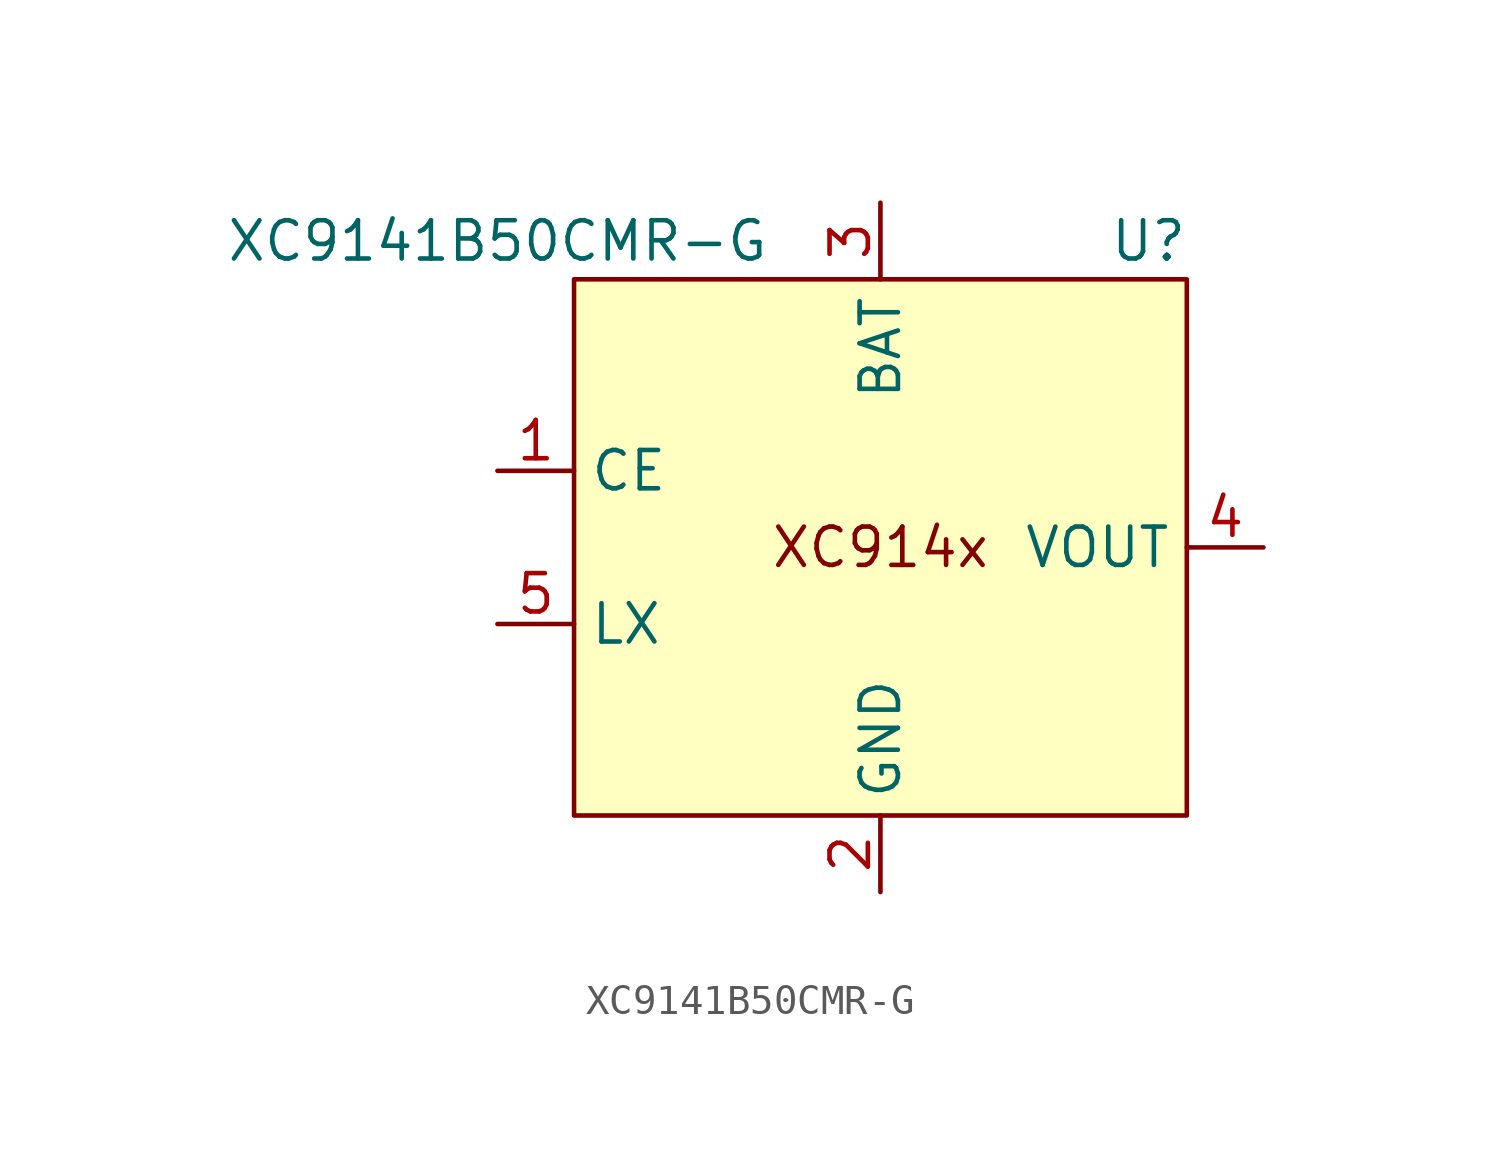
<source format=kicad_sym>
(kicad_symbol_lib
  (version 20211014)
  (generator kicad_symbol_editor)
  (symbol "XC9141B50CMR-G"
    (property "Reference" "U"
      (at 8.89 10.16 0)
      (effects (font (size 1.27 1.27))))
    (property "Value" "XC9141B50CMR-G"
      (at -12.7 10.16 0)
      (effects (font (size 1.27 1.27))))
    (symbol "XC9141B50CMR-G_0_0"
      (text "XC914x" (at 0 0 0) (effects (font (size 1.27 1.27))))
      (pin input line (at -12.7 2.54 0) (length 2.54) (name "CE" (effects (font (size 1.27 1.27)))) (number "1" (effects (font (size 1.27 1.27)))))
      (pin power_in line (at 0 -11.43 90) (length 2.54) (name "GND" (effects (font (size 1.27 1.27)))) (number "2" (effects (font (size 1.27 1.27)))))
      (pin power_in line (at 0 11.43 270) (length 2.54) (name "BAT" (effects (font (size 1.27 1.27)))) (number "3" (effects (font (size 1.27 1.27)))))
      (pin power_out line (at 12.7 0 180) (length 2.54) (name "VOUT" (effects (font (size 1.27 1.27)))) (number "4" (effects (font (size 1.27 1.27)))))
      (pin bidirectional line (at -12.7 -2.54 0) (length 2.54) (name "LX" (effects (font (size 1.27 1.27)))) (number "5" (effects (font (size 1.27 1.27))))))
    (symbol "XC9141B50CMR-G_0_1"
      (rectangle (start -10.16 8.89) (end 10.16 -8.89) (stroke (width 0.152) (type default) (color 0 0 0 0)) (fill (type background))))))
</source>
